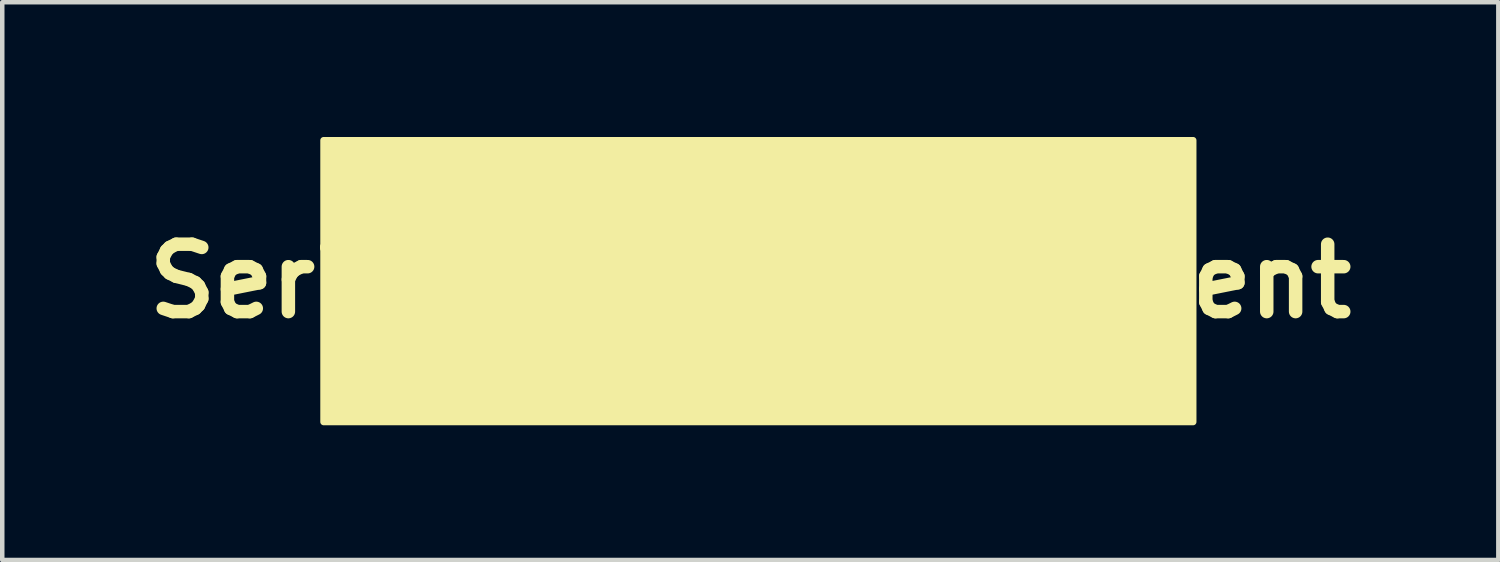
<source format=kicad_pcb>
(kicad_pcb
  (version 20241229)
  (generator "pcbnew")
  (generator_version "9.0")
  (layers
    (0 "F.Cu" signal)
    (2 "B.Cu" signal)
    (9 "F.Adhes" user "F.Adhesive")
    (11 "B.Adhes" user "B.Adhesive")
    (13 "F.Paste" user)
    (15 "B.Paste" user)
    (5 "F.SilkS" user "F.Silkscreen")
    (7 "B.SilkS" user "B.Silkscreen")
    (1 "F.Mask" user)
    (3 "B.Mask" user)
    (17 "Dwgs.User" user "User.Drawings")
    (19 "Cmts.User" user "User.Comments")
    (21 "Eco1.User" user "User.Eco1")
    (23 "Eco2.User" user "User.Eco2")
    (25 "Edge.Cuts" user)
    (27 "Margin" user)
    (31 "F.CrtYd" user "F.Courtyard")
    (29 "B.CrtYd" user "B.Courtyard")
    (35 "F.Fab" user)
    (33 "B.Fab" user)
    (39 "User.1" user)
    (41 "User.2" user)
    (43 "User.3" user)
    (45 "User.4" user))
  (footprint "SerialNumberPlacement"
    (layer "F.Cu")
    (at 13.657 3.21)
    (property "Reference" "SerialNumberPlacement" (at 0 0 0) (layer "F.SilkS") (effects (font (size 1.5 1.5) (thickness 0.3))))
    (attr board_only exclude_from_pos_files exclude_from_bom)
    (fp_rect (start -9.5 -3.135) (end 9.86 3.135) (stroke (width 0.15) (type solid)) (fill yes) (layer "F.SilkS")))
  (gr_rect
    (start -3 -3)
    (end 30.314 9.42)
    (stroke (width 0.1) (type default))
    (fill no)
    (layer "Edge.Cuts")))
</source>
